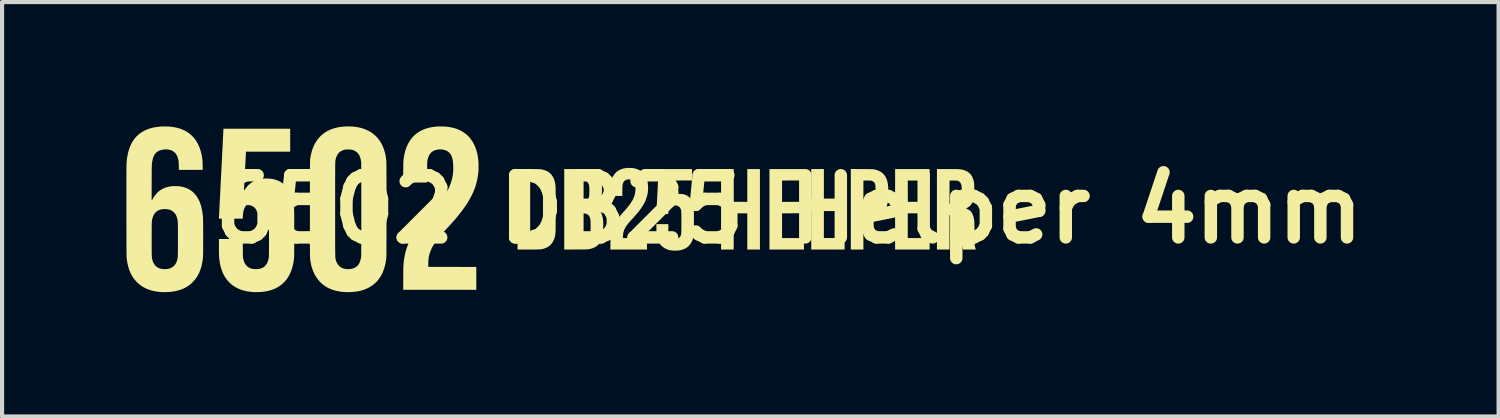
<source format=kicad_pcb>
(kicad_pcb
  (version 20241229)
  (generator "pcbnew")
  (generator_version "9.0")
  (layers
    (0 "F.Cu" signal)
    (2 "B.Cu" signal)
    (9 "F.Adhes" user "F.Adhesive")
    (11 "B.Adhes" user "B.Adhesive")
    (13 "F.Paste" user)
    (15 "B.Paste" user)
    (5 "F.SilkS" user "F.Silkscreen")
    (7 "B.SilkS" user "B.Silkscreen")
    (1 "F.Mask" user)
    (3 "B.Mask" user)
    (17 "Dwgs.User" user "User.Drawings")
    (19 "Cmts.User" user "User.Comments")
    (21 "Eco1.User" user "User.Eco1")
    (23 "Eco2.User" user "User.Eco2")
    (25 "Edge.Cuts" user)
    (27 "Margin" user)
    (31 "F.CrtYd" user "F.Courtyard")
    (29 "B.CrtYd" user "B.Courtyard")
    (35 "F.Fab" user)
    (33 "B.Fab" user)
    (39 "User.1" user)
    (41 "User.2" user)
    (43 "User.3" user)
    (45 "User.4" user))
  (footprint "6502 DB25 Helper 4mm"
    (layer "F.Cu")
    (at 15.989 2)
    (property "Reference" "6502 DB25 Helper 4mm" (at 0 0 0) (layer "F.SilkS") (effects (font (size 1.5 1.5) (thickness 0.3))))
    (attr board_only exclude_from_pos_files exclude_from_bom)
    (fp_poly (pts (xy 0.841 -0.139) (xy 0.841 0.694) (xy 1.091 0.694) (xy 1.342 0.694) (xy 1.342 0.833) (xy 1.342 0.971) (xy 0.939 0.971) (xy 0.536 0.971) (xy 0.536 -0.000001) (xy 0.536 -0.971) (xy 0.689 -0.971) (xy 0.841 -0.971)) (stroke (width 0) (type solid)) (fill yes) (layer "F.SilkS"))
    (fp_poly (pts (xy -1.334 -0.576) (xy -1.333 -0.181) (xy -1.17 -0.18) (xy -1.007 -0.179) (xy -1.007 -0.575) (xy -1.007 -0.971) (xy -0.855 -0.971) (xy -0.702 -0.971) (xy -0.702 -0.000001) (xy -0.702 0.971) (xy -0.855 0.971) (xy -1.007 0.971) (xy -1.007 0.535) (xy -1.007 0.098) (xy -1.171 0.098) (xy -1.335 0.098) (xy -1.335 0.535) (xy -1.335 0.971) (xy -1.487 0.971) (xy -1.64 0.971) (xy -1.64 -0.000001) (xy -1.64 -0.971) (xy -1.487 -0.971) (xy -1.335 -0.971)) (stroke (width 0) (type solid)) (fill yes) (layer "F.SilkS"))
    (fp_poly (pts (xy 0.36 -0.833) (xy 0.359 -0.695) (xy 0.096 -0.695) (xy -0.168 -0.694) (xy -0.168 -0.437) (xy -0.168 -0.179) (xy 0.042 -0.179) (xy 0.252 -0.179) (xy 0.251 -0.041) (xy 0.25 0.096) (xy 0.041 0.097) (xy -0.168 0.098) (xy -0.168 0.396) (xy -0.168 0.694) (xy 0.096 0.695) (xy 0.359 0.695) (xy 0.36 0.833) (xy 0.361 0.971) (xy -0.056 0.971) (xy -0.472 0.971) (xy -0.472 -0.000001) (xy -0.472 -0.971) (xy -0.056 -0.971) (xy 0.361 -0.971)) (stroke (width 0) (type solid)) (fill yes) (layer "F.SilkS"))
    (fp_poly (pts (xy 3.393 -0.833) (xy 3.393 -0.694) (xy 3.129 -0.694) (xy 2.865 -0.694) (xy 2.866 -0.437) (xy 2.867 -0.181) (xy 3.076 -0.18) (xy 3.285 -0.179) (xy 3.285 -0.041) (xy 3.285 0.098) (xy 3.075 0.098) (xy 2.865 0.098) (xy 2.865 0.396) (xy 2.865 0.694) (xy 3.129 0.694) (xy 3.393 0.694) (xy 3.393 0.833) (xy 3.393 0.971) (xy 2.977 0.971) (xy 2.56 0.971) (xy 2.56 -0.000001) (xy 2.56 -0.971) (xy 2.977 -0.971) (xy 3.393 -0.971)) (stroke (width 0) (type solid)) (fill yes) (layer "F.SilkS"))
    (fp_poly (pts (xy 1.757 -0.97) (xy 1.807 -0.97) (xy 1.851 -0.97) (xy 1.888 -0.97) (xy 1.921 -0.969) (xy 1.948 -0.969) (xy 1.971 -0.969) (xy 1.99 -0.968) (xy 2.006 -0.968) (xy 2.019 -0.967) (xy 2.03 -0.966) (xy 2.038 -0.966) (xy 2.045 -0.965) (xy 2.052 -0.964) (xy 2.053 -0.963) (xy 2.106 -0.951) (xy 2.154 -0.934) (xy 2.196 -0.914) (xy 2.234 -0.89) (xy 2.268 -0.861) (xy 2.298 -0.828) (xy 2.316 -0.804) (xy 2.339 -0.764) (xy 2.358 -0.721) (xy 2.372 -0.674) (xy 2.383 -0.622) (xy 2.39 -0.564) (xy 2.391 -0.557) (xy 2.392 -0.54) (xy 2.393 -0.517) (xy 2.393 -0.49) (xy 2.394 -0.46) (xy 2.394 -0.427) (xy 2.394 -0.394) (xy 2.394 -0.36) (xy 2.394 -0.328) (xy 2.393 -0.298) (xy 2.393 -0.271) (xy 2.392 -0.249) (xy 2.391 -0.232) (xy 2.391 -0.232) (xy 2.383 -0.171) (xy 2.371 -0.115) (xy 2.355 -0.063) (xy 2.334 -0.017) (xy 2.308 0.024) (xy 2.278 0.06) (xy 2.243 0.092) (xy 2.204 0.118) (xy 2.159 0.14) (xy 2.152 0.143) (xy 2.126 0.153) (xy 2.101 0.161) (xy 2.074 0.167) (xy 2.046 0.172) (xy 2.014 0.175) (xy 1.979 0.178) (xy 1.939 0.179) (xy 1.893 0.179) (xy 1.795 0.179) (xy 1.795 0.575) (xy 1.795 0.971) (xy 1.643 0.971) (xy 1.491 0.971) (xy 1.491 -0.000171) (xy 1.491 -0.396) (xy 1.795 -0.396) (xy 1.795 -0.098) (xy 1.882 -0.098) (xy 1.911 -0.098) (xy 1.934 -0.099) (xy 1.953 -0.099) (xy 1.967 -0.1) (xy 1.978 -0.101) (xy 1.987 -0.103) (xy 1.99 -0.104) (xy 2.017 -0.114) (xy 2.04 -0.129) (xy 2.059 -0.149) (xy 2.073 -0.173) (xy 2.078 -0.189) (xy 2.081 -0.2) (xy 2.084 -0.212) (xy 2.085 -0.227) (xy 2.087 -0.244) (xy 2.088 -0.264) (xy 2.089 -0.288) (xy 2.089 -0.317) (xy 2.089 -0.351) (xy 2.089 -0.391) (xy 2.089 -0.418) (xy 2.089 -0.455) (xy 2.088 -0.486) (xy 2.088 -0.511) (xy 2.087 -0.531) (xy 2.087 -0.548) (xy 2.086 -0.561) (xy 2.085 -0.571) (xy 2.084 -0.58) (xy 2.082 -0.587) (xy 2.081 -0.591) (xy 2.072 -0.62) (xy 2.059 -0.644) (xy 2.042 -0.662) (xy 2.021 -0.676) (xy 2.01 -0.681) (xy 2 -0.685) (xy 1.99 -0.688) (xy 1.978 -0.69) (xy 1.963 -0.692) (xy 1.946 -0.693) (xy 1.924 -0.694) (xy 1.896 -0.694) (xy 1.883 -0.694) (xy 1.795 -0.694) (xy 1.795 -0.396) (xy 1.491 -0.396) (xy 1.491 -0.972)) (stroke (width 0) (type solid)) (fill yes) (layer "F.SilkS"))
    (fp_poly (pts (xy -3.828 -0.997) (xy -3.8 -0.996) (xy -3.774 -0.994) (xy -3.752 -0.992) (xy -3.743 -0.99) (xy -3.69 -0.977) (xy -3.64 -0.959) (xy -3.595 -0.936) (xy -3.555 -0.908) (xy -3.519 -0.875) (xy -3.487 -0.837) (xy -3.46 -0.794) (xy -3.454 -0.783) (xy -3.435 -0.738) (xy -3.42 -0.689) (xy -3.409 -0.636) (xy -3.403 -0.58) (xy -3.4 -0.523) (xy -3.402 -0.464) (xy -3.408 -0.406) (xy -3.418 -0.349) (xy -3.427 -0.314) (xy -3.446 -0.255) (xy -3.469 -0.196) (xy -3.498 -0.138) (xy -3.533 -0.079) (xy -3.573 -0.019) (xy -3.591 0.006) (xy -3.61 0.031) (xy -3.63 0.057) (xy -3.652 0.084) (xy -3.677 0.113) (xy -3.705 0.145) (xy -3.736 0.18) (xy -3.771 0.219) (xy -3.789 0.239) (xy -3.827 0.281) (xy -3.86 0.319) (xy -3.889 0.354) (xy -3.913 0.387) (xy -3.934 0.417) (xy -3.951 0.446) (xy -3.966 0.473) (xy -3.978 0.5) (xy -3.988 0.528) (xy -3.995 0.555) (xy -3.995 0.556) (xy -3.999 0.572) (xy -4.002 0.593) (xy -4.005 0.617) (xy -4.007 0.641) (xy -4.008 0.664) (xy -4.009 0.679) (xy -4.009 0.694) (xy -3.718 0.694) (xy -3.427 0.694) (xy -3.427 0.833) (xy -3.427 0.971) (xy -3.869 0.971) (xy -4.311 0.971) (xy -4.309 0.823) (xy -4.308 0.78) (xy -4.308 0.743) (xy -4.307 0.711) (xy -4.306 0.685) (xy -4.305 0.663) (xy -4.303 0.645) (xy -4.302 0.633) (xy -4.295 0.585) (xy -4.286 0.54) (xy -4.276 0.498) (xy -4.263 0.457) (xy -4.248 0.417) (xy -4.229 0.377) (xy -4.208 0.338) (xy -4.183 0.298) (xy -4.154 0.256) (xy -4.122 0.213) (xy -4.084 0.167) (xy -4.042 0.118) (xy -4.002 0.072) (xy -3.957 0.022) (xy -3.917 -0.024) (xy -3.881 -0.067) (xy -3.85 -0.107) (xy -3.823 -0.145) (xy -3.8 -0.18) (xy -3.779 -0.214) (xy -3.762 -0.248) (xy -3.747 -0.281) (xy -3.735 -0.314) (xy -3.725 -0.347) (xy -3.723 -0.356) (xy -3.714 -0.396) (xy -3.708 -0.439) (xy -3.705 -0.483) (xy -3.705 -0.526) (xy -3.708 -0.567) (xy -3.714 -0.604) (xy -3.718 -0.621) (xy -3.729 -0.65) (xy -3.745 -0.674) (xy -3.766 -0.693) (xy -3.791 -0.708) (xy -3.82 -0.717) (xy -3.852 -0.721) (xy -3.889 -0.72) (xy -3.89 -0.72) (xy -3.921 -0.714) (xy -3.947 -0.702) (xy -3.97 -0.685) (xy -3.989 -0.664) (xy -3.997 -0.649) (xy -4.002 -0.637) (xy -4.007 -0.627) (xy -4.01 -0.616) (xy -4.013 -0.604) (xy -4.016 -0.591) (xy -4.017 -0.576) (xy -4.019 -0.557) (xy -4.02 -0.534) (xy -4.02 -0.506) (xy -4.021 -0.473) (xy -4.021 -0.449) (xy -4.023 -0.321) (xy -4.166 -0.322) (xy -4.308 -0.323) (xy -4.309 -0.41) (xy -4.309 -0.469) (xy -4.308 -0.523) (xy -4.305 -0.572) (xy -4.301 -0.616) (xy -4.295 -0.655) (xy -4.287 -0.692) (xy -4.278 -0.725) (xy -4.266 -0.756) (xy -4.252 -0.786) (xy -4.251 -0.788) (xy -4.225 -0.831) (xy -4.195 -0.87) (xy -4.16 -0.903) (xy -4.121 -0.932) (xy -4.078 -0.955) (xy -4.03 -0.974) (xy -3.978 -0.987) (xy -3.93 -0.995) (xy -3.91 -0.997) (xy -3.885 -0.998) (xy -3.857 -0.998)) (stroke (width 0) (type solid)) (fill yes) (layer "F.SilkS"))
    (fp_poly (pts (xy -6.243 -0.971) (xy -6.197 -0.971) (xy -6.157 -0.971) (xy -6.121 -0.971) (xy -6.091 -0.97) (xy -6.064 -0.97) (xy -6.041 -0.969) (xy -6.022 -0.968) (xy -6.004 -0.967) (xy -5.989 -0.965) (xy -5.975 -0.963) (xy -5.962 -0.961) (xy -5.95 -0.958) (xy -5.938 -0.956) (xy -5.926 -0.953) (xy -5.877 -0.937) (xy -5.832 -0.916) (xy -5.792 -0.891) (xy -5.756 -0.86) (xy -5.725 -0.824) (xy -5.698 -0.784) (xy -5.688 -0.766) (xy -5.671 -0.728) (xy -5.657 -0.688) (xy -5.647 -0.646) (xy -5.639 -0.599) (xy -5.634 -0.548) (xy -5.633 -0.54) (xy -5.633 -0.528) (xy -5.633 -0.51) (xy -5.632 -0.486) (xy -5.632 -0.457) (xy -5.631 -0.423) (xy -5.631 -0.385) (xy -5.631 -0.343) (xy -5.631 -0.298) (xy -5.63 -0.25) (xy -5.63 -0.2) (xy -5.63 -0.147) (xy -5.63 -0.094) (xy -5.63 -0.039) (xy -5.63 0.016) (xy -5.63 0.07) (xy -5.63 0.124) (xy -5.63 0.177) (xy -5.63 0.228) (xy -5.631 0.278) (xy -5.631 0.324) (xy -5.631 0.368) (xy -5.631 0.407) (xy -5.632 0.443) (xy -5.632 0.474) (xy -5.632 0.5) (xy -5.633 0.521) (xy -5.633 0.536) (xy -5.633 0.54) (xy -5.638 0.592) (xy -5.645 0.639) (xy -5.655 0.682) (xy -5.669 0.722) (xy -5.686 0.76) (xy -5.688 0.766) (xy -5.714 0.809) (xy -5.743 0.846) (xy -5.777 0.879) (xy -5.816 0.907) (xy -5.859 0.929) (xy -5.907 0.947) (xy -5.946 0.958) (xy -5.958 0.96) (xy -5.969 0.962) (xy -5.981 0.964) (xy -5.994 0.966) (xy -6.009 0.967) (xy -6.026 0.968) (xy -6.045 0.969) (xy -6.068 0.97) (xy -6.094 0.97) (xy -6.124 0.971) (xy -6.159 0.971) (xy -6.2 0.971) (xy -6.246 0.971) (xy -6.296 0.971) (xy -6.551 0.971) (xy -6.551 -0.000001) (xy -6.246 -0.000001) (xy -6.246 0.694) (xy -6.154 0.694) (xy -6.123 0.694) (xy -6.097 0.693) (xy -6.078 0.693) (xy -6.062 0.692) (xy -6.051 0.69) (xy -6.044 0.689) (xy -6.016 0.679) (xy -5.992 0.664) (xy -5.973 0.645) (xy -5.958 0.62) (xy -5.946 0.59) (xy -5.942 0.575) (xy -5.941 0.571) (xy -5.941 0.567) (xy -5.94 0.561) (xy -5.939 0.555) (xy -5.939 0.547) (xy -5.938 0.537) (xy -5.938 0.524) (xy -5.938 0.509) (xy -5.937 0.491) (xy -5.937 0.47) (xy -5.937 0.446) (xy -5.937 0.417) (xy -5.937 0.385) (xy -5.937 0.348) (xy -5.936 0.306) (xy -5.936 0.259) (xy -5.936 0.206) (xy -5.936 0.148) (xy -5.936 0.083) (xy -5.936 0.013) (xy -5.936 -0.000001) (xy -5.936 -0.072) (xy -5.936 -0.137) (xy -5.936 -0.197) (xy -5.936 -0.25) (xy -5.936 -0.298) (xy -5.936 -0.341) (xy -5.937 -0.379) (xy -5.937 -0.412) (xy -5.937 -0.441) (xy -5.937 -0.466) (xy -5.937 -0.488) (xy -5.938 -0.506) (xy -5.938 -0.522) (xy -5.938 -0.535) (xy -5.939 -0.545) (xy -5.939 -0.554) (xy -5.94 -0.56) (xy -5.94 -0.566) (xy -5.941 -0.57) (xy -5.942 -0.574) (xy -5.942 -0.575) (xy -5.952 -0.607) (xy -5.966 -0.634) (xy -5.983 -0.656) (xy -6.004 -0.673) (xy -6.03 -0.685) (xy -6.044 -0.689) (xy -6.052 -0.691) (xy -6.063 -0.692) (xy -6.078 -0.693) (xy -6.098 -0.693) (xy -6.124 -0.694) (xy -6.154 -0.694) (xy -6.246 -0.694) (xy -6.246 -0.000001) (xy -6.551 -0.000001) (xy -6.551 -0.971) (xy -6.296 -0.971)) (stroke (width 0) (type solid)) (fill yes) (layer "F.SilkS"))
    (fp_poly (pts (xy 3.874 -0.971) (xy 3.923 -0.971) (xy 3.965 -0.971) (xy 4.003 -0.97) (xy 4.036 -0.97) (xy 4.064 -0.969) (xy 4.089 -0.968) (xy 4.111 -0.966) (xy 4.131 -0.964) (xy 4.148 -0.962) (xy 4.164 -0.96) (xy 4.179 -0.956) (xy 4.194 -0.953) (xy 4.208 -0.949) (xy 4.223 -0.944) (xy 4.227 -0.943) (xy 4.272 -0.925) (xy 4.311 -0.904) (xy 4.346 -0.879) (xy 4.376 -0.85) (xy 4.402 -0.816) (xy 4.424 -0.777) (xy 4.442 -0.733) (xy 4.456 -0.684) (xy 4.465 -0.645) (xy 4.466 -0.631) (xy 4.468 -0.611) (xy 4.469 -0.587) (xy 4.47 -0.558) (xy 4.471 -0.527) (xy 4.471 -0.494) (xy 4.471 -0.461) (xy 4.471 -0.427) (xy 4.471 -0.395) (xy 4.47 -0.365) (xy 4.469 -0.338) (xy 4.468 -0.316) (xy 4.466 -0.298) (xy 4.465 -0.291) (xy 4.455 -0.244) (xy 4.442 -0.202) (xy 4.425 -0.164) (xy 4.403 -0.126) (xy 4.377 -0.093) (xy 4.347 -0.065) (xy 4.312 -0.042) (xy 4.301 -0.036) (xy 4.289 -0.03) (xy 4.28 -0.024) (xy 4.274 -0.02) (xy 4.274 -0.019) (xy 4.277 -0.017) (xy 4.285 -0.013) (xy 4.296 -0.008) (xy 4.299 -0.007) (xy 4.332 0.009) (xy 4.361 0.029) (xy 4.387 0.053) (xy 4.409 0.081) (xy 4.427 0.115) (xy 4.443 0.153) (xy 4.455 0.198) (xy 4.465 0.248) (xy 4.468 0.263) (xy 4.469 0.271) (xy 4.47 0.28) (xy 4.471 0.292) (xy 4.471 0.306) (xy 4.472 0.323) (xy 4.473 0.344) (xy 4.473 0.368) (xy 4.474 0.397) (xy 4.474 0.431) (xy 4.475 0.47) (xy 4.475 0.515) (xy 4.476 0.566) (xy 4.476 0.577) (xy 4.476 0.635) (xy 4.477 0.686) (xy 4.478 0.732) (xy 4.478 0.772) (xy 4.479 0.806) (xy 4.48 0.834) (xy 4.481 0.855) (xy 4.482 0.87) (xy 4.482 0.878) (xy 4.488 0.906) (xy 4.495 0.932) (xy 4.502 0.954) (xy 4.503 0.957) (xy 4.509 0.971) (xy 4.354 0.971) (xy 4.199 0.971) (xy 4.192 0.948) (xy 4.189 0.936) (xy 4.185 0.923) (xy 4.183 0.91) (xy 4.18 0.897) (xy 4.178 0.882) (xy 4.177 0.865) (xy 4.175 0.845) (xy 4.174 0.823) (xy 4.173 0.797) (xy 4.172 0.767) (xy 4.172 0.733) (xy 4.172 0.694) (xy 4.171 0.649) (xy 4.171 0.599) (xy 4.171 0.574) (xy 4.171 0.533) (xy 4.171 0.494) (xy 4.171 0.457) (xy 4.17 0.423) (xy 4.17 0.392) (xy 4.17 0.365) (xy 4.169 0.342) (xy 4.169 0.325) (xy 4.168 0.314) (xy 4.168 0.311) (xy 4.162 0.274) (xy 4.154 0.243) (xy 4.143 0.216) (xy 4.129 0.194) (xy 4.116 0.181) (xy 4.102 0.169) (xy 4.087 0.16) (xy 4.07 0.152) (xy 4.051 0.147) (xy 4.027 0.143) (xy 3.999 0.14) (xy 3.966 0.139) (xy 3.942 0.139) (xy 3.873 0.139) (xy 3.873 0.555) (xy 3.873 0.971) (xy 3.721 0.971) (xy 3.569 0.971) (xy 3.569 -0.000001) (xy 3.569 -0.417) (xy 3.873 -0.417) (xy 3.873 -0.139) (xy 3.942 -0.139) (xy 3.971 -0.139) (xy 3.996 -0.14) (xy 4.017 -0.141) (xy 4.033 -0.143) (xy 4.036 -0.144) (xy 4.068 -0.152) (xy 4.096 -0.166) (xy 4.119 -0.184) (xy 4.138 -0.207) (xy 4.152 -0.235) (xy 4.161 -0.268) (xy 4.163 -0.275) (xy 4.164 -0.289) (xy 4.166 -0.309) (xy 4.167 -0.333) (xy 4.168 -0.36) (xy 4.168 -0.39) (xy 4.168 -0.421) (xy 4.168 -0.452) (xy 4.168 -0.481) (xy 4.167 -0.509) (xy 4.166 -0.533) (xy 4.164 -0.553) (xy 4.163 -0.567) (xy 4.154 -0.6) (xy 4.142 -0.629) (xy 4.125 -0.653) (xy 4.104 -0.671) (xy 4.081 -0.684) (xy 4.075 -0.687) (xy 4.068 -0.688) (xy 4.062 -0.69) (xy 4.053 -0.691) (xy 4.041 -0.692) (xy 4.027 -0.692) (xy 4.007 -0.693) (xy 3.982 -0.693) (xy 3.967 -0.693) (xy 3.873 -0.694) (xy 3.873 -0.417) (xy 3.569 -0.417) (xy 3.569 -0.971) (xy 3.819 -0.971)) (stroke (width 0) (type solid)) (fill yes) (layer "F.SilkS"))
    (fp_poly (pts (xy -5.115 -0.971) (xy -5.066 -0.971) (xy -5.023 -0.971) (xy -4.985 -0.97) (xy -4.952 -0.97) (xy -4.923 -0.969) (xy -4.898 -0.968) (xy -4.876 -0.966) (xy -4.856 -0.965) (xy -4.839 -0.962) (xy -4.823 -0.96) (xy -4.808 -0.957) (xy -4.794 -0.953) (xy -4.779 -0.949) (xy -4.764 -0.944) (xy -4.758 -0.943) (xy -4.724 -0.93) (xy -4.695 -0.917) (xy -4.669 -0.901) (xy -4.644 -0.882) (xy -4.627 -0.867) (xy -4.598 -0.835) (xy -4.574 -0.799) (xy -4.554 -0.759) (xy -4.538 -0.713) (xy -4.525 -0.662) (xy -4.523 -0.65) (xy -4.52 -0.636) (xy -4.518 -0.621) (xy -4.517 -0.604) (xy -4.516 -0.585) (xy -4.515 -0.562) (xy -4.514 -0.534) (xy -4.514 -0.517) (xy -4.514 -0.466) (xy -4.514 -0.421) (xy -4.516 -0.38) (xy -4.52 -0.344) (xy -4.525 -0.311) (xy -4.532 -0.282) (xy -4.54 -0.254) (xy -4.55 -0.227) (xy -4.561 -0.206) (xy -4.581 -0.171) (xy -4.607 -0.139) (xy -4.636 -0.111) (xy -4.668 -0.088) (xy -4.695 -0.074) (xy -4.703 -0.069) (xy -4.708 -0.065) (xy -4.709 -0.064) (xy -4.705 -0.061) (xy -4.697 -0.057) (xy -4.686 -0.051) (xy -4.682 -0.05) (xy -4.642 -0.029) (xy -4.607 -0.003) (xy -4.576 0.027) (xy -4.549 0.063) (xy -4.527 0.104) (xy -4.51 0.149) (xy -4.496 0.2) (xy -4.488 0.254) (xy -4.486 0.269) (xy -4.485 0.289) (xy -4.484 0.314) (xy -4.484 0.343) (xy -4.483 0.375) (xy -4.483 0.407) (xy -4.483 0.44) (xy -4.483 0.473) (xy -4.483 0.504) (xy -4.483 0.532) (xy -4.484 0.556) (xy -4.485 0.576) (xy -4.486 0.587) (xy -4.495 0.645) (xy -4.509 0.697) (xy -4.527 0.745) (xy -4.549 0.788) (xy -4.569 0.817) (xy -4.6 0.853) (xy -4.635 0.884) (xy -4.675 0.91) (xy -4.72 0.932) (xy -4.771 0.949) (xy -4.823 0.962) (xy -4.83 0.963) (xy -4.836 0.964) (xy -4.844 0.965) (xy -4.852 0.966) (xy -4.861 0.967) (xy -4.872 0.968) (xy -4.886 0.968) (xy -4.902 0.968) (xy -4.922 0.969) (xy -4.946 0.969) (xy -4.973 0.969) (xy -5.006 0.97) (xy -5.044 0.97) (xy -5.087 0.97) (xy -5.137 0.97) (xy -5.142 0.97) (xy -5.424 0.972) (xy -5.424 0.396) (xy -5.119 0.396) (xy -5.119 0.694) (xy -5.015 0.694) (xy -4.984 0.694) (xy -4.959 0.694) (xy -4.939 0.693) (xy -4.923 0.692) (xy -4.91 0.692) (xy -4.901 0.69) (xy -4.893 0.689) (xy -4.891 0.688) (xy -4.864 0.679) (xy -4.841 0.666) (xy -4.823 0.648) (xy -4.809 0.626) (xy -4.799 0.598) (xy -4.794 0.578) (xy -4.792 0.569) (xy -4.791 0.56) (xy -4.79 0.55) (xy -4.789 0.538) (xy -4.788 0.524) (xy -4.788 0.506) (xy -4.788 0.483) (xy -4.787 0.456) (xy -4.787 0.423) (xy -4.787 0.416) (xy -4.787 0.376) (xy -4.788 0.342) (xy -4.788 0.313) (xy -4.789 0.288) (xy -4.791 0.268) (xy -4.793 0.25) (xy -4.795 0.235) (xy -4.798 0.221) (xy -4.802 0.208) (xy -4.804 0.202) (xy -4.817 0.172) (xy -4.834 0.148) (xy -4.855 0.129) (xy -4.881 0.115) (xy -4.913 0.104) (xy -4.919 0.103) (xy -4.93 0.101) (xy -4.946 0.1) (xy -4.967 0.099) (xy -4.993 0.098) (xy -5.025 0.098) (xy -5.03 0.098) (xy -5.119 0.098) (xy -5.119 0.396) (xy -5.424 0.396) (xy -5.424 0.000161) (xy -5.424 -0.436) (xy -5.119 -0.436) (xy -5.119 -0.178) (xy -5.037 -0.18) (xy -5.007 -0.181) (xy -4.983 -0.182) (xy -4.965 -0.183) (xy -4.95 -0.185) (xy -4.939 -0.187) (xy -4.935 -0.188) (xy -4.904 -0.199) (xy -4.879 -0.214) (xy -4.858 -0.233) (xy -4.842 -0.258) (xy -4.83 -0.288) (xy -4.828 -0.292) (xy -4.826 -0.3) (xy -4.824 -0.308) (xy -4.823 -0.316) (xy -4.821 -0.325) (xy -4.821 -0.337) (xy -4.82 -0.352) (xy -4.819 -0.37) (xy -4.819 -0.394) (xy -4.818 -0.423) (xy -4.818 -0.46) (xy -4.818 -0.491) (xy -4.819 -0.517) (xy -4.82 -0.539) (xy -4.822 -0.557) (xy -4.824 -0.573) (xy -4.827 -0.587) (xy -4.831 -0.601) (xy -4.832 -0.602) (xy -4.845 -0.631) (xy -4.862 -0.654) (xy -4.883 -0.673) (xy -4.905 -0.684) (xy -4.911 -0.687) (xy -4.917 -0.688) (xy -4.924 -0.69) (xy -4.932 -0.691) (xy -4.944 -0.691) (xy -4.958 -0.692) (xy -4.977 -0.692) (xy -5.002 -0.693) (xy -5.022 -0.693) (xy -5.119 -0.694) (xy -5.119 -0.436) (xy -5.424 -0.436) (xy -5.424 -0.971) (xy -5.17 -0.971)) (stroke (width 0) (type solid)) (fill yes) (layer "F.SilkS"))
    (fp_poly (pts (xy -8.366 -1.998) (xy -8.336 -1.997) (xy -8.309 -1.997) (xy -8.286 -1.995) (xy -8.27 -1.994) (xy -8.19 -1.983) (xy -8.115 -1.968) (xy -8.044 -1.948) (xy -7.979 -1.924) (xy -7.917 -1.895) (xy -7.86 -1.862) (xy -7.806 -1.823) (xy -7.798 -1.817) (xy -7.785 -1.806) (xy -7.77 -1.792) (xy -7.753 -1.776) (xy -7.737 -1.76) (xy -7.733 -1.756) (xy -7.687 -1.704) (xy -7.646 -1.646) (xy -7.61 -1.584) (xy -7.578 -1.518) (xy -7.551 -1.446) (xy -7.529 -1.37) (xy -7.512 -1.289) (xy -7.5 -1.204) (xy -7.495 -1.151) (xy -7.493 -1.122) (xy -7.492 -1.088) (xy -7.492 -1.052) (xy -7.492 -1.014) (xy -7.492 -0.977) (xy -7.493 -0.942) (xy -7.495 -0.911) (xy -7.497 -0.892) (xy -7.507 -0.809) (xy -7.521 -0.728) (xy -7.539 -0.649) (xy -7.561 -0.57) (xy -7.588 -0.491) (xy -7.62 -0.413) (xy -7.657 -0.335) (xy -7.699 -0.256) (xy -7.746 -0.176) (xy -7.798 -0.095) (xy -7.856 -0.012) (xy -7.92 0.073) (xy -7.989 0.16) (xy -8.016 0.193) (xy -8.042 0.224) (xy -8.068 0.254) (xy -8.094 0.284) (xy -8.121 0.314) (xy -8.15 0.347) (xy -8.182 0.381) (xy -8.217 0.42) (xy -8.236 0.44) (xy -8.293 0.502) (xy -8.345 0.56) (xy -8.392 0.614) (xy -8.435 0.665) (xy -8.473 0.713) (xy -8.508 0.759) (xy -8.539 0.802) (xy -8.566 0.843) (xy -8.591 0.883) (xy -8.612 0.922) (xy -8.631 0.96) (xy -8.647 0.998) (xy -8.661 1.036) (xy -8.673 1.074) (xy -8.681 1.102) (xy -8.689 1.138) (xy -8.696 1.174) (xy -8.7 1.212) (xy -8.703 1.252) (xy -8.704 1.297) (xy -8.704 1.31) (xy -8.705 1.389) (xy -8.125 1.39) (xy -7.546 1.391) (xy -7.546 1.667) (xy -7.546 1.943) (xy -8.427 1.943) (xy -9.309 1.943) (xy -9.309 1.683) (xy -9.309 1.64) (xy -9.309 1.598) (xy -9.308 1.558) (xy -9.308 1.52) (xy -9.308 1.484) (xy -9.307 1.453) (xy -9.307 1.425) (xy -9.306 1.402) (xy -9.306 1.385) (xy -9.305 1.374) (xy -9.297 1.277) (xy -9.285 1.185) (xy -9.269 1.097) (xy -9.249 1.013) (xy -9.224 0.933) (xy -9.195 0.854) (xy -9.161 0.777) (xy -9.122 0.7) (xy -9.077 0.624) (xy -9.026 0.546) (xy -8.972 0.47) (xy -8.945 0.435) (xy -8.918 0.401) (xy -8.89 0.366) (xy -8.861 0.331) (xy -8.829 0.294) (xy -8.795 0.254) (xy -8.757 0.212) (xy -8.715 0.166) (xy -8.705 0.156) (xy -8.638 0.082) (xy -8.576 0.012) (xy -8.518 -0.054) (xy -8.466 -0.118) (xy -8.418 -0.178) (xy -8.375 -0.236) (xy -8.335 -0.292) (xy -8.3 -0.347) (xy -8.268 -0.399) (xy -8.239 -0.451) (xy -8.214 -0.502) (xy -8.191 -0.553) (xy -8.172 -0.603) (xy -8.157 -0.645) (xy -8.137 -0.712) (xy -8.122 -0.777) (xy -8.111 -0.842) (xy -8.104 -0.909) (xy -8.101 -0.978) (xy -8.102 -1.036) (xy -8.104 -1.09) (xy -8.108 -1.138) (xy -8.114 -1.181) (xy -8.122 -1.219) (xy -8.132 -1.254) (xy -8.144 -1.286) (xy -8.157 -1.312) (xy -8.174 -1.338) (xy -8.197 -1.363) (xy -8.222 -1.386) (xy -8.249 -1.405) (xy -8.277 -1.419) (xy -8.283 -1.421) (xy -8.324 -1.434) (xy -8.368 -1.442) (xy -8.413 -1.445) (xy -8.457 -1.443) (xy -8.501 -1.436) (xy -8.541 -1.425) (xy -8.572 -1.413) (xy -8.606 -1.393) (xy -8.635 -1.369) (xy -8.661 -1.339) (xy -8.683 -1.305) (xy -8.701 -1.265) (xy -8.716 -1.219) (xy -8.724 -1.184) (xy -8.725 -1.177) (xy -8.727 -1.17) (xy -8.728 -1.163) (xy -8.728 -1.154) (xy -8.729 -1.144) (xy -8.73 -1.132) (xy -8.73 -1.117) (xy -8.731 -1.1) (xy -8.731 -1.078) (xy -8.731 -1.053) (xy -8.732 -1.022) (xy -8.732 -0.987) (xy -8.732 -0.945) (xy -8.732 -0.898) (xy -8.732 -0.898) (xy -8.734 -0.646) (xy -9.021 -0.646) (xy -9.309 -0.646) (xy -9.309 -0.876) (xy -9.309 -0.927) (xy -9.309 -0.972) (xy -9.308 -1.011) (xy -9.308 -1.045) (xy -9.308 -1.076) (xy -9.307 -1.102) (xy -9.306 -1.126) (xy -9.305 -1.148) (xy -9.304 -1.168) (xy -9.302 -1.187) (xy -9.3 -1.205) (xy -9.298 -1.224) (xy -9.295 -1.244) (xy -9.281 -1.325) (xy -9.262 -1.403) (xy -9.239 -1.476) (xy -9.21 -1.545) (xy -9.176 -1.61) (xy -9.138 -1.67) (xy -9.095 -1.726) (xy -9.048 -1.776) (xy -8.995 -1.822) (xy -8.943 -1.86) (xy -8.886 -1.893) (xy -8.825 -1.923) (xy -8.759 -1.947) (xy -8.688 -1.967) (xy -8.613 -1.983) (xy -8.532 -1.994) (xy -8.53 -1.994) (xy -8.512 -1.996) (xy -8.488 -1.997) (xy -8.46 -1.997) (xy -8.43 -1.998) (xy -8.398 -1.998)) (stroke (width 0) (type solid)) (fill yes) (layer "F.SilkS"))
    (fp_poly (pts (xy -2.341 -0.833) (xy -2.342 -0.695) (xy -2.609 -0.695) (xy -2.659 -0.694) (xy -2.704 -0.694) (xy -2.742 -0.694) (xy -2.774 -0.694) (xy -2.802 -0.693) (xy -2.824 -0.693) (xy -2.842 -0.693) (xy -2.855 -0.692) (xy -2.865 -0.691) (xy -2.871 -0.691) (xy -2.875 -0.69) (xy -2.875 -0.69) (xy -2.875 -0.686) (xy -2.876 -0.675) (xy -2.877 -0.66) (xy -2.878 -0.639) (xy -2.879 -0.613) (xy -2.881 -0.584) (xy -2.882 -0.552) (xy -2.884 -0.517) (xy -2.886 -0.48) (xy -2.887 -0.469) (xy -2.889 -0.423) (xy -2.892 -0.383) (xy -2.893 -0.35) (xy -2.895 -0.321) (xy -2.896 -0.298) (xy -2.897 -0.279) (xy -2.898 -0.263) (xy -2.898 -0.252) (xy -2.898 -0.243) (xy -2.898 -0.237) (xy -2.898 -0.234) (xy -2.898 -0.231) (xy -2.897 -0.23) (xy -2.896 -0.23) (xy -2.896 -0.23) (xy -2.893 -0.233) (xy -2.887 -0.24) (xy -2.881 -0.249) (xy -2.865 -0.268) (xy -2.846 -0.289) (xy -2.825 -0.308) (xy -2.804 -0.324) (xy -2.798 -0.328) (xy -2.761 -0.346) (xy -2.721 -0.36) (xy -2.679 -0.368) (xy -2.635 -0.371) (xy -2.591 -0.369) (xy -2.547 -0.363) (xy -2.505 -0.351) (xy -2.467 -0.334) (xy -2.463 -0.332) (xy -2.43 -0.31) (xy -2.399 -0.282) (xy -2.372 -0.249) (xy -2.349 -0.21) (xy -2.329 -0.167) (xy -2.314 -0.119) (xy -2.309 -0.098) (xy -2.306 -0.087) (xy -2.304 -0.077) (xy -2.302 -0.068) (xy -2.301 -0.058) (xy -2.3 -0.047) (xy -2.298 -0.035) (xy -2.297 -0.022) (xy -2.297 -0.006) (xy -2.296 0.012) (xy -2.296 0.034) (xy -2.295 0.059) (xy -2.295 0.087) (xy -2.295 0.121) (xy -2.295 0.16) (xy -2.295 0.204) (xy -2.295 0.254) (xy -2.295 0.289) (xy -2.295 0.343) (xy -2.295 0.389) (xy -2.295 0.43) (xy -2.295 0.466) (xy -2.295 0.497) (xy -2.295 0.523) (xy -2.295 0.545) (xy -2.296 0.564) (xy -2.296 0.579) (xy -2.297 0.592) (xy -2.297 0.603) (xy -2.298 0.612) (xy -2.299 0.619) (xy -2.3 0.626) (xy -2.301 0.633) (xy -2.301 0.633) (xy -2.313 0.69) (xy -2.33 0.743) (xy -2.352 0.79) (xy -2.377 0.833) (xy -2.407 0.87) (xy -2.419 0.883) (xy -2.438 0.901) (xy -2.455 0.915) (xy -2.472 0.927) (xy -2.491 0.939) (xy -2.503 0.945) (xy -2.549 0.966) (xy -2.599 0.982) (xy -2.627 0.989) (xy -2.642 0.991) (xy -2.657 0.993) (xy -2.674 0.995) (xy -2.694 0.996) (xy -2.718 0.997) (xy -2.735 0.997) (xy -2.757 0.997) (xy -2.777 0.997) (xy -2.795 0.997) (xy -2.808 0.997) (xy -2.817 0.996) (xy -2.818 0.996) (xy -2.875 0.987) (xy -2.928 0.972) (xy -2.976 0.952) (xy -3.019 0.928) (xy -3.058 0.898) (xy -3.093 0.863) (xy -3.122 0.824) (xy -3.147 0.78) (xy -3.168 0.73) (xy -3.184 0.676) (xy -3.19 0.645) (xy -3.192 0.634) (xy -3.194 0.623) (xy -3.195 0.611) (xy -3.196 0.597) (xy -3.197 0.58) (xy -3.198 0.56) (xy -3.198 0.535) (xy -3.199 0.504) (xy -3.199 0.483) (xy -3.201 0.359) (xy -3.056 0.359) (xy -2.912 0.359) (xy -2.912 0.467) (xy -2.912 0.502) (xy -2.912 0.53) (xy -2.911 0.554) (xy -2.91 0.574) (xy -2.908 0.59) (xy -2.906 0.604) (xy -2.903 0.616) (xy -2.899 0.628) (xy -2.894 0.64) (xy -2.892 0.644) (xy -2.877 0.669) (xy -2.858 0.69) (xy -2.834 0.706) (xy -2.806 0.716) (xy -2.782 0.72) (xy -2.744 0.721) (xy -2.71 0.717) (xy -2.681 0.708) (xy -2.656 0.693) (xy -2.636 0.674) (xy -2.62 0.649) (xy -2.608 0.619) (xy -2.603 0.599) (xy -2.602 0.59) (xy -2.601 0.576) (xy -2.6 0.556) (xy -2.599 0.531) (xy -2.598 0.502) (xy -2.598 0.47) (xy -2.598 0.435) (xy -2.597 0.398) (xy -2.597 0.36) (xy -2.597 0.32) (xy -2.597 0.281) (xy -2.597 0.242) (xy -2.597 0.205) (xy -2.598 0.169) (xy -2.598 0.136) (xy -2.599 0.107) (xy -2.599 0.081) (xy -2.6 0.06) (xy -2.601 0.044) (xy -2.602 0.034) (xy -2.602 0.033) (xy -2.611 -0.001) (xy -2.625 -0.029) (xy -2.642 -0.052) (xy -2.664 -0.07) (xy -2.691 -0.083) (xy -2.721 -0.091) (xy -2.727 -0.092) (xy -2.762 -0.094) (xy -2.795 -0.091) (xy -2.824 -0.082) (xy -2.849 -0.068) (xy -2.87 -0.049) (xy -2.887 -0.025) (xy -2.892 -0.015) (xy -2.899 0.002) (xy -2.904 0.018) (xy -2.908 0.036) (xy -2.91 0.056) (xy -2.912 0.076) (xy -2.914 0.113) (xy -3.057 0.114) (xy -3.2 0.115) (xy -3.2 0.1) (xy -3.2 0.095) (xy -3.199 0.084) (xy -3.198 0.067) (xy -3.197 0.044) (xy -3.196 0.017) (xy -3.195 -0.015) (xy -3.193 -0.051) (xy -3.191 -0.091) (xy -3.189 -0.134) (xy -3.186 -0.179) (xy -3.184 -0.226) (xy -3.182 -0.276) (xy -3.179 -0.326) (xy -3.176 -0.378) (xy -3.174 -0.429) (xy -3.171 -0.481) (xy -3.169 -0.532) (xy -3.166 -0.583) (xy -3.164 -0.631) (xy -3.161 -0.678) (xy -3.159 -0.723) (xy -3.157 -0.764) (xy -3.155 -0.803) (xy -3.153 -0.837) (xy -3.151 -0.868) (xy -3.15 -0.894) (xy -3.149 -0.915) (xy -3.148 -0.93) (xy -3.147 -0.939) (xy -3.147 -0.94) (xy -3.145 -0.971) (xy -2.743 -0.971) (xy -2.34 -0.971)) (stroke (width 0) (type solid)) (fill yes) (layer "F.SilkS"))
    (fp_poly (pts (xy -12.037 -1.667) (xy -12.037 -1.391) (xy -12.569 -1.391) (xy -13.102 -1.391) (xy -13.104 -1.363) (xy -13.105 -1.356) (xy -13.105 -1.343) (xy -13.107 -1.324) (xy -13.108 -1.299) (xy -13.11 -1.27) (xy -13.111 -1.236) (xy -13.114 -1.198) (xy -13.116 -1.156) (xy -13.118 -1.111) (xy -13.121 -1.064) (xy -13.123 -1.014) (xy -13.126 -0.962) (xy -13.128 -0.924) (xy -13.131 -0.871) (xy -13.134 -0.82) (xy -13.136 -0.771) (xy -13.139 -0.724) (xy -13.141 -0.68) (xy -13.143 -0.64) (xy -13.145 -0.603) (xy -13.147 -0.57) (xy -13.149 -0.542) (xy -13.15 -0.519) (xy -13.151 -0.502) (xy -13.152 -0.491) (xy -13.152 -0.487) (xy -13.153 -0.473) (xy -13.153 -0.465) (xy -13.152 -0.462) (xy -13.149 -0.46) (xy -13.148 -0.46) (xy -13.143 -0.463) (xy -13.135 -0.472) (xy -13.125 -0.485) (xy -13.123 -0.488) (xy -13.085 -0.539) (xy -13.044 -0.584) (xy -12.998 -0.623) (xy -12.949 -0.657) (xy -12.896 -0.686) (xy -12.839 -0.709) (xy -12.779 -0.726) (xy -12.716 -0.738) (xy -12.65 -0.743) (xy -12.584 -0.743) (xy -12.515 -0.738) (xy -12.45 -0.728) (xy -12.39 -0.712) (xy -12.333 -0.692) (xy -12.28 -0.666) (xy -12.241 -0.642) (xy -12.194 -0.607) (xy -12.152 -0.566) (xy -12.112 -0.52) (xy -12.077 -0.469) (xy -12.046 -0.412) (xy -12.018 -0.351) (xy -11.994 -0.284) (xy -11.975 -0.213) (xy -11.96 -0.137) (xy -11.955 -0.109) (xy -11.953 -0.094) (xy -11.951 -0.081) (xy -11.949 -0.067) (xy -11.948 -0.054) (xy -11.946 -0.04) (xy -11.945 -0.026) (xy -11.944 -0.011) (xy -11.943 0.006) (xy -11.942 0.024) (xy -11.941 0.045) (xy -11.941 0.068) (xy -11.94 0.093) (xy -11.94 0.122) (xy -11.939 0.155) (xy -11.939 0.191) (xy -11.939 0.232) (xy -11.939 0.277) (xy -11.939 0.328) (xy -11.939 0.383) (xy -11.939 0.445) (xy -11.939 0.512) (xy -11.939 0.579) (xy -11.939 0.656) (xy -11.939 0.729) (xy -11.939 0.796) (xy -11.939 0.858) (xy -11.939 0.915) (xy -11.939 0.966) (xy -11.94 1.011) (xy -11.94 1.05) (xy -11.94 1.084) (xy -11.941 1.111) (xy -11.941 1.131) (xy -11.942 1.146) (xy -11.942 1.151) (xy -11.951 1.239) (xy -11.966 1.322) (xy -11.985 1.401) (xy -12.009 1.475) (xy -12.037 1.545) (xy -12.071 1.61) (xy -12.109 1.67) (xy -12.152 1.726) (xy -12.2 1.776) (xy -12.252 1.822) (xy -12.304 1.86) (xy -12.361 1.894) (xy -12.423 1.923) (xy -12.49 1.948) (xy -12.561 1.968) (xy -12.636 1.983) (xy -12.712 1.993) (xy -12.725 1.994) (xy -12.743 1.995) (xy -12.765 1.996) (xy -12.79 1.997) (xy -12.815 1.998) (xy -12.841 1.998) (xy -12.865 1.999) (xy -12.887 1.999) (xy -12.904 1.999) (xy -12.917 1.998) (xy -12.92 1.998) (xy -12.951 1.996) (xy -12.976 1.993) (xy -12.997 1.991) (xy -13.014 1.989) (xy -13.029 1.987) (xy -13.043 1.986) (xy -13.057 1.983) (xy -13.06 1.983) (xy -13.137 1.967) (xy -13.209 1.946) (xy -13.277 1.92) (xy -13.341 1.889) (xy -13.401 1.853) (xy -13.45 1.817) (xy -13.462 1.806) (xy -13.477 1.792) (xy -13.494 1.776) (xy -13.51 1.76) (xy -13.514 1.756) (xy -13.56 1.704) (xy -13.601 1.648) (xy -13.637 1.587) (xy -13.668 1.521) (xy -13.695 1.451) (xy -13.717 1.376) (xy -13.734 1.296) (xy -13.746 1.211) (xy -13.753 1.149) (xy -13.753 1.138) (xy -13.754 1.12) (xy -13.754 1.097) (xy -13.755 1.07) (xy -13.755 1.039) (xy -13.756 1.006) (xy -13.756 0.97) (xy -13.756 0.933) (xy -13.756 0.912) (xy -13.756 0.717) (xy -13.468 0.717) (xy -13.181 0.717) (xy -13.18 0.933) (xy -13.179 0.978) (xy -13.179 1.016) (xy -13.179 1.049) (xy -13.179 1.077) (xy -13.178 1.1) (xy -13.178 1.119) (xy -13.177 1.135) (xy -13.176 1.148) (xy -13.176 1.159) (xy -13.175 1.168) (xy -13.173 1.175) (xy -13.172 1.181) (xy -13.166 1.211) (xy -13.157 1.242) (xy -13.147 1.271) (xy -13.135 1.297) (xy -13.129 1.31) (xy -13.117 1.327) (xy -13.101 1.347) (xy -13.083 1.366) (xy -13.065 1.384) (xy -13.047 1.398) (xy -13.038 1.404) (xy -13.005 1.42) (xy -12.968 1.432) (xy -12.927 1.44) (xy -12.885 1.444) (xy -12.841 1.444) (xy -12.799 1.44) (xy -12.758 1.431) (xy -12.743 1.427) (xy -12.705 1.412) (xy -12.67 1.391) (xy -12.64 1.364) (xy -12.614 1.333) (xy -12.592 1.296) (xy -12.575 1.255) (xy -12.561 1.208) (xy -12.552 1.155) (xy -12.551 1.147) (xy -12.551 1.139) (xy -12.55 1.125) (xy -12.55 1.105) (xy -12.55 1.079) (xy -12.549 1.049) (xy -12.549 1.015) (xy -12.549 0.976) (xy -12.548 0.934) (xy -12.548 0.89) (xy -12.548 0.842) (xy -12.548 0.793) (xy -12.548 0.743) (xy -12.548 0.691) (xy -12.548 0.638) (xy -12.548 0.586) (xy -12.548 0.534) (xy -12.548 0.483) (xy -12.548 0.433) (xy -12.548 0.386) (xy -12.548 0.34) (xy -12.548 0.297) (xy -12.549 0.258) (xy -12.549 0.222) (xy -12.549 0.191) (xy -12.55 0.164) (xy -12.55 0.143) (xy -12.551 0.127) (xy -12.551 0.117) (xy -12.551 0.116) (xy -12.559 0.062) (xy -12.571 0.014) (xy -12.587 -0.029) (xy -12.608 -0.067) (xy -12.633 -0.1) (xy -12.662 -0.127) (xy -12.695 -0.15) (xy -12.733 -0.168) (xy -12.775 -0.18) (xy -12.781 -0.182) (xy -12.805 -0.185) (xy -12.832 -0.187) (xy -12.863 -0.188) (xy -12.893 -0.187) (xy -12.922 -0.185) (xy -12.947 -0.181) (xy -12.954 -0.18) (xy -12.996 -0.167) (xy -13.033 -0.15) (xy -13.066 -0.127) (xy -13.095 -0.099) (xy -13.12 -0.066) (xy -13.14 -0.028) (xy -13.156 0.015) (xy -13.168 0.063) (xy -13.176 0.117) (xy -13.18 0.168) (xy -13.182 0.227) (xy -13.469 0.227) (xy -13.756 0.227) (xy -13.756 0.214) (xy -13.756 0.21) (xy -13.755 0.199) (xy -13.754 0.182) (xy -13.753 0.159) (xy -13.752 0.13) (xy -13.75 0.095) (xy -13.748 0.056) (xy -13.746 0.012) (xy -13.743 -0.038) (xy -13.741 -0.091) (xy -13.738 -0.149) (xy -13.735 -0.21) (xy -13.731 -0.276) (xy -13.728 -0.344) (xy -13.724 -0.416) (xy -13.721 -0.49) (xy -13.717 -0.568) (xy -13.713 -0.647) (xy -13.708 -0.729) (xy -13.704 -0.812) (xy -13.702 -0.858) (xy -13.697 -0.942) (xy -13.693 -1.025) (xy -13.689 -1.106) (xy -13.685 -1.184) (xy -13.681 -1.26) (xy -13.678 -1.334) (xy -13.674 -1.404) (xy -13.671 -1.471) (xy -13.667 -1.535) (xy -13.664 -1.594) (xy -13.662 -1.65) (xy -13.659 -1.702) (xy -13.657 -1.749) (xy -13.654 -1.791) (xy -13.653 -1.828) (xy -13.651 -1.86) (xy -13.65 -1.886) (xy -13.649 -1.906) (xy -13.648 -1.92) (xy -13.648 -1.928) (xy -13.648 -1.93) (xy -13.648 -1.943) (xy -12.842 -1.943) (xy -12.037 -1.943)) (stroke (width 0) (type solid)) (fill yes) (layer "F.SilkS"))
    (fp_poly (pts (xy -10.56 -1.998) (xy -10.482 -1.991) (xy -10.406 -1.98) (xy -10.334 -1.964) (xy -10.281 -1.949) (xy -10.211 -1.923) (xy -10.145 -1.892) (xy -10.083 -1.856) (xy -10.027 -1.815) (xy -9.974 -1.769) (xy -9.926 -1.718) (xy -9.883 -1.662) (xy -9.844 -1.601) (xy -9.811 -1.536) (xy -9.781 -1.466) (xy -9.757 -1.391) (xy -9.752 -1.372) (xy -9.743 -1.334) (xy -9.734 -1.291) (xy -9.727 -1.244) (xy -9.72 -1.196) (xy -9.719 -1.191) (xy -9.719 -1.186) (xy -9.718 -1.181) (xy -9.718 -1.175) (xy -9.717 -1.169) (xy -9.717 -1.161) (xy -9.717 -1.152) (xy -9.716 -1.142) (xy -9.716 -1.131) (xy -9.716 -1.117) (xy -9.715 -1.102) (xy -9.715 -1.084) (xy -9.715 -1.063) (xy -9.715 -1.04) (xy -9.714 -1.014) (xy -9.714 -0.985) (xy -9.714 -0.952) (xy -9.714 -0.916) (xy -9.714 -0.876) (xy -9.714 -0.832) (xy -9.714 -0.783) (xy -9.713 -0.73) (xy -9.713 -0.672) (xy -9.713 -0.61) (xy -9.713 -0.542) (xy -9.713 -0.469) (xy -9.713 -0.39) (xy -9.713 -0.305) (xy -9.713 -0.214) (xy -9.713 -0.117) (xy -9.713 -0.013) (xy -9.713 -0.000001) (xy -9.713 0.104) (xy -9.713 0.202) (xy -9.713 0.294) (xy -9.713 0.379) (xy -9.713 0.459) (xy -9.713 0.533) (xy -9.713 0.602) (xy -9.713 0.665) (xy -9.713 0.723) (xy -9.714 0.777) (xy -9.714 0.826) (xy -9.714 0.871) (xy -9.714 0.911) (xy -9.714 0.948) (xy -9.714 0.981) (xy -9.714 1.011) (xy -9.714 1.037) (xy -9.715 1.061) (xy -9.715 1.081) (xy -9.715 1.099) (xy -9.715 1.115) (xy -9.716 1.129) (xy -9.716 1.141) (xy -9.717 1.151) (xy -9.717 1.16) (xy -9.717 1.168) (xy -9.718 1.174) (xy -9.718 1.18) (xy -9.719 1.186) (xy -9.719 1.191) (xy -9.719 1.191) (xy -9.731 1.274) (xy -9.747 1.351) (xy -9.767 1.423) (xy -9.791 1.49) (xy -9.819 1.554) (xy -9.852 1.614) (xy -9.889 1.67) (xy -9.916 1.706) (xy -9.961 1.757) (xy -10.012 1.803) (xy -10.067 1.845) (xy -10.126 1.882) (xy -10.19 1.914) (xy -10.258 1.941) (xy -10.33 1.963) (xy -10.405 1.98) (xy -10.485 1.991) (xy -10.569 1.998) (xy -10.655 2) (xy -10.715 1.998) (xy -10.791 1.992) (xy -10.865 1.98) (xy -10.937 1.965) (xy -11.006 1.945) (xy -11.071 1.92) (xy -11.103 1.907) (xy -11.164 1.874) (xy -11.222 1.835) (xy -11.276 1.792) (xy -11.326 1.743) (xy -11.371 1.69) (xy -11.411 1.632) (xy -11.448 1.57) (xy -11.479 1.503) (xy -11.505 1.433) (xy -11.527 1.358) (xy -11.54 1.293) (xy -11.542 1.283) (xy -11.544 1.273) (xy -11.546 1.265) (xy -11.547 1.257) (xy -11.549 1.249) (xy -11.55 1.241) (xy -11.551 1.233) (xy -11.552 1.224) (xy -11.553 1.215) (xy -11.554 1.205) (xy -11.555 1.193) (xy -11.556 1.181) (xy -11.557 1.166) (xy -11.557 1.15) (xy -11.558 1.132) (xy -11.559 1.112) (xy -11.559 1.089) (xy -11.559 1.063) (xy -11.56 1.035) (xy -11.56 1.003) (xy -11.56 0.968) (xy -11.561 0.929) (xy -11.561 0.886) (xy -11.561 0.84) (xy -11.561 0.789) (xy -11.561 0.733) (xy -11.561 0.673) (xy -11.561 0.608) (xy -11.561 0.537) (xy -11.561 0.461) (xy -11.561 0.38) (xy -11.561 0.292) (xy -11.561 0.199) (xy -11.561 0.099) (xy -11.561 -0.000001) (xy -11.561 -0.106) (xy -11.561 -0.205) (xy -11.561 -0.248) (xy -10.952 -0.248) (xy -10.952 -0.153) (xy -10.952 -0.051) (xy -10.952 -0.000001) (xy -10.952 0.105) (xy -10.952 0.204) (xy -10.952 0.296) (xy -10.952 0.382) (xy -10.952 0.462) (xy -10.952 0.537) (xy -10.952 0.606) (xy -10.952 0.669) (xy -10.952 0.728) (xy -10.952 0.782) (xy -10.952 0.832) (xy -10.951 0.877) (xy -10.951 0.918) (xy -10.951 0.955) (xy -10.951 0.989) (xy -10.951 1.019) (xy -10.95 1.046) (xy -10.95 1.07) (xy -10.949 1.091) (xy -10.949 1.109) (xy -10.948 1.125) (xy -10.948 1.139) (xy -10.947 1.151) (xy -10.947 1.162) (xy -10.946 1.171) (xy -10.945 1.179) (xy -10.944 1.185) (xy -10.943 1.191) (xy -10.942 1.197) (xy -10.941 1.201) (xy -10.94 1.206) (xy -10.939 1.211) (xy -10.937 1.217) (xy -10.937 1.219) (xy -10.923 1.264) (xy -10.904 1.304) (xy -10.881 1.34) (xy -10.853 1.371) (xy -10.822 1.396) (xy -10.786 1.416) (xy -10.747 1.431) (xy -10.744 1.432) (xy -10.711 1.438) (xy -10.675 1.443) (xy -10.636 1.444) (xy -10.598 1.443) (xy -10.563 1.438) (xy -10.546 1.435) (xy -10.508 1.424) (xy -10.472 1.407) (xy -10.44 1.386) (xy -10.412 1.361) (xy -10.397 1.344) (xy -10.375 1.311) (xy -10.356 1.273) (xy -10.342 1.23) (xy -10.331 1.182) (xy -10.324 1.134) (xy -10.324 1.128) (xy -10.324 1.115) (xy -10.323 1.096) (xy -10.323 1.071) (xy -10.323 1.041) (xy -10.323 1.005) (xy -10.322 0.965) (xy -10.322 0.92) (xy -10.322 0.871) (xy -10.322 0.818) (xy -10.322 0.761) (xy -10.322 0.7) (xy -10.321 0.637) (xy -10.321 0.571) (xy -10.321 0.503) (xy -10.321 0.432) (xy -10.321 0.36) (xy -10.321 0.286) (xy -10.321 0.211) (xy -10.321 0.135) (xy -10.321 0.059) (xy -10.321 -0.018) (xy -10.321 -0.095) (xy -10.321 -0.171) (xy -10.321 -0.246) (xy -10.321 -0.321) (xy -10.321 -0.394) (xy -10.321 -0.465) (xy -10.321 -0.535) (xy -10.321 -0.602) (xy -10.321 -0.667) (xy -10.322 -0.729) (xy -10.322 -0.788) (xy -10.322 -0.843) (xy -10.322 -0.894) (xy -10.322 -0.942) (xy -10.322 -0.985) (xy -10.323 -1.023) (xy -10.323 -1.056) (xy -10.323 -1.084) (xy -10.323 -1.106) (xy -10.324 -1.122) (xy -10.324 -1.132) (xy -10.324 -1.134) (xy -10.331 -1.186) (xy -10.343 -1.233) (xy -10.358 -1.276) (xy -10.376 -1.314) (xy -10.397 -1.344) (xy -10.422 -1.371) (xy -10.453 -1.395) (xy -10.487 -1.415) (xy -10.525 -1.429) (xy -10.548 -1.436) (xy -10.571 -1.44) (xy -10.599 -1.442) (xy -10.629 -1.444) (xy -10.66 -1.443) (xy -10.689 -1.442) (xy -10.714 -1.439) (xy -10.72 -1.437) (xy -10.763 -1.425) (xy -10.802 -1.408) (xy -10.837 -1.385) (xy -10.867 -1.357) (xy -10.892 -1.325) (xy -10.913 -1.287) (xy -10.93 -1.244) (xy -10.937 -1.219) (xy -10.938 -1.214) (xy -10.939 -1.209) (xy -10.941 -1.204) (xy -10.942 -1.199) (xy -10.943 -1.194) (xy -10.944 -1.188) (xy -10.945 -1.182) (xy -10.946 -1.175) (xy -10.946 -1.166) (xy -10.947 -1.157) (xy -10.948 -1.145) (xy -10.948 -1.132) (xy -10.949 -1.117) (xy -10.949 -1.1) (xy -10.95 -1.08) (xy -10.95 -1.058) (xy -10.95 -1.032) (xy -10.951 -1.004) (xy -10.951 -0.972) (xy -10.951 -0.936) (xy -10.951 -0.897) (xy -10.951 -0.854) (xy -10.952 -0.806) (xy -10.952 -0.755) (xy -10.952 -0.698) (xy -10.952 -0.637) (xy -10.952 -0.57) (xy -10.952 -0.498) (xy -10.952 -0.421) (xy -10.952 -0.337) (xy -10.952 -0.248) (xy -11.561 -0.248) (xy -11.561 -0.298) (xy -11.561 -0.385) (xy -11.561 -0.467) (xy -11.561 -0.542) (xy -11.561 -0.612) (xy -11.561 -0.677) (xy -11.561 -0.737) (xy -11.561 -0.792) (xy -11.561 -0.843) (xy -11.561 -0.889) (xy -11.561 -0.932) (xy -11.56 -0.97) (xy -11.56 -1.005) (xy -11.56 -1.037) (xy -11.559 -1.065) (xy -11.559 -1.09) (xy -11.558 -1.113) (xy -11.558 -1.133) (xy -11.557 -1.151) (xy -11.557 -1.167) (xy -11.556 -1.182) (xy -11.555 -1.194) (xy -11.554 -1.205) (xy -11.553 -1.216) (xy -11.552 -1.225) (xy -11.551 -1.233) (xy -11.55 -1.242) (xy -11.549 -1.249) (xy -11.547 -1.257) (xy -11.546 -1.265) (xy -11.544 -1.274) (xy -11.542 -1.283) (xy -11.54 -1.293) (xy -11.523 -1.371) (xy -11.501 -1.446) (xy -11.474 -1.516) (xy -11.441 -1.582) (xy -11.404 -1.644) (xy -11.362 -1.701) (xy -11.316 -1.754) (xy -11.265 -1.801) (xy -11.209 -1.844) (xy -11.15 -1.882) (xy -11.086 -1.914) (xy -11.019 -1.941) (xy -10.949 -1.962) (xy -10.874 -1.979) (xy -10.798 -1.99) (xy -10.719 -1.997) (xy -10.639 -2)) (stroke (width 0) (type solid)) (fill yes) (layer "F.SilkS"))
    (fp_poly (pts (xy -15.004 -1.998) (xy -14.923 -1.993) (xy -14.846 -1.983) (xy -14.769 -1.967) (xy -14.697 -1.947) (xy -14.629 -1.921) (xy -14.565 -1.89) (xy -14.505 -1.854) (xy -14.45 -1.812) (xy -14.399 -1.766) (xy -14.352 -1.714) (xy -14.347 -1.707) (xy -14.308 -1.654) (xy -14.273 -1.596) (xy -14.242 -1.533) (xy -14.215 -1.466) (xy -14.193 -1.395) (xy -14.175 -1.321) (xy -14.171 -1.3) (xy -14.165 -1.267) (xy -14.161 -1.238) (xy -14.157 -1.209) (xy -14.154 -1.18) (xy -14.152 -1.15) (xy -14.151 -1.116) (xy -14.15 -1.077) (xy -14.149 -1.057) (xy -14.148 -0.951) (xy -14.435 -0.951) (xy -14.723 -0.951) (xy -14.725 -1.048) (xy -14.726 -1.086) (xy -14.727 -1.117) (xy -14.728 -1.142) (xy -14.73 -1.162) (xy -14.732 -1.176) (xy -14.743 -1.226) (xy -14.758 -1.271) (xy -14.777 -1.31) (xy -14.799 -1.344) (xy -14.826 -1.373) (xy -14.857 -1.397) (xy -14.893 -1.416) (xy -14.898 -1.419) (xy -14.936 -1.432) (xy -14.977 -1.441) (xy -15.021 -1.445) (xy -15.066 -1.444) (xy -15.11 -1.439) (xy -15.152 -1.43) (xy -15.192 -1.417) (xy -15.212 -1.407) (xy -15.242 -1.39) (xy -15.268 -1.368) (xy -15.291 -1.344) (xy -15.312 -1.315) (xy -15.329 -1.282) (xy -15.344 -1.244) (xy -15.356 -1.201) (xy -15.366 -1.152) (xy -15.374 -1.097) (xy -15.374 -1.095) (xy -15.375 -1.086) (xy -15.375 -1.071) (xy -15.376 -1.049) (xy -15.377 -1.02) (xy -15.377 -0.985) (xy -15.378 -0.944) (xy -15.378 -0.896) (xy -15.378 -0.843) (xy -15.379 -0.783) (xy -15.379 -0.717) (xy -15.379 -0.646) (xy -15.379 -0.644) (xy -15.38 -0.582) (xy -15.38 -0.526) (xy -15.38 -0.477) (xy -15.38 -0.433) (xy -15.38 -0.394) (xy -15.38 -0.361) (xy -15.38 -0.332) (xy -15.38 -0.308) (xy -15.38 -0.287) (xy -15.38 -0.27) (xy -15.38 -0.257) (xy -15.379 -0.246) (xy -15.379 -0.238) (xy -15.378 -0.232) (xy -15.378 -0.228) (xy -15.377 -0.225) (xy -15.376 -0.224) (xy -15.375 -0.223) (xy -15.374 -0.223) (xy -15.374 -0.223) (xy -15.37 -0.225) (xy -15.365 -0.231) (xy -15.358 -0.242) (xy -15.349 -0.257) (xy -15.347 -0.261) (xy -15.313 -0.316) (xy -15.276 -0.365) (xy -15.236 -0.408) (xy -15.192 -0.446) (xy -15.144 -0.478) (xy -15.092 -0.505) (xy -15.035 -0.527) (xy -14.975 -0.543) (xy -14.91 -0.555) (xy -14.907 -0.555) (xy -14.885 -0.557) (xy -14.858 -0.559) (xy -14.828 -0.559) (xy -14.796 -0.559) (xy -14.765 -0.558) (xy -14.736 -0.557) (xy -14.711 -0.555) (xy -14.702 -0.554) (xy -14.636 -0.542) (xy -14.575 -0.524) (xy -14.517 -0.502) (xy -14.464 -0.474) (xy -14.415 -0.441) (xy -14.369 -0.402) (xy -14.328 -0.358) (xy -14.29 -0.308) (xy -14.257 -0.252) (xy -14.226 -0.191) (xy -14.213 -0.159) (xy -14.195 -0.107) (xy -14.178 -0.05) (xy -14.165 0.013) (xy -14.153 0.08) (xy -14.144 0.152) (xy -14.141 0.184) (xy -14.14 0.196) (xy -14.14 0.214) (xy -14.139 0.237) (xy -14.139 0.266) (xy -14.138 0.299) (xy -14.138 0.336) (xy -14.137 0.377) (xy -14.137 0.421) (xy -14.137 0.468) (xy -14.137 0.517) (xy -14.136 0.567) (xy -14.136 0.618) (xy -14.136 0.67) (xy -14.136 0.722) (xy -14.136 0.773) (xy -14.137 0.823) (xy -14.137 0.872) (xy -14.137 0.919) (xy -14.137 0.963) (xy -14.138 1.004) (xy -14.138 1.042) (xy -14.139 1.075) (xy -14.139 1.104) (xy -14.14 1.127) (xy -14.14 1.146) (xy -14.141 1.157) (xy -14.141 1.159) (xy -14.151 1.242) (xy -14.165 1.319) (xy -14.182 1.391) (xy -14.204 1.459) (xy -14.229 1.522) (xy -14.258 1.581) (xy -14.29 1.636) (xy -14.332 1.694) (xy -14.379 1.748) (xy -14.429 1.796) (xy -14.483 1.839) (xy -14.541 1.877) (xy -14.604 1.91) (xy -14.671 1.937) (xy -14.743 1.96) (xy -14.819 1.977) (xy -14.9 1.99) (xy -14.913 1.992) (xy -14.937 1.994) (xy -14.966 1.996) (xy -14.998 1.997) (xy -15.032 1.998) (xy -15.066 1.999) (xy -15.099 1.999) (xy -15.129 1.998) (xy -15.154 1.997) (xy -15.16 1.997) (xy -15.244 1.988) (xy -15.322 1.974) (xy -15.396 1.956) (xy -15.466 1.933) (xy -15.531 1.904) (xy -15.593 1.871) (xy -15.65 1.833) (xy -15.703 1.789) (xy -15.741 1.753) (xy -15.785 1.703) (xy -15.825 1.651) (xy -15.86 1.595) (xy -15.89 1.535) (xy -15.917 1.471) (xy -15.939 1.403) (xy -15.958 1.33) (xy -15.973 1.251) (xy -15.982 1.185) (xy -15.982 1.18) (xy -15.983 1.174) (xy -15.983 1.168) (xy -15.984 1.161) (xy -15.984 1.152) (xy -15.985 1.142) (xy -15.985 1.131) (xy -15.985 1.117) (xy -15.986 1.101) (xy -15.986 1.083) (xy -15.986 1.063) (xy -15.987 1.04) (xy -15.987 1.013) (xy -15.987 0.983) (xy -15.987 0.95) (xy -15.987 0.913) (xy -15.988 0.873) (xy -15.988 0.828) (xy -15.988 0.778) (xy -15.988 0.724) (xy -15.988 0.699) (xy -15.379 0.699) (xy -15.379 0.721) (xy -15.379 0.785) (xy -15.379 0.842) (xy -15.379 0.893) (xy -15.379 0.939) (xy -15.378 0.979) (xy -15.378 1.015) (xy -15.378 1.046) (xy -15.378 1.074) (xy -15.377 1.098) (xy -15.376 1.118) (xy -15.375 1.136) (xy -15.374 1.151) (xy -15.373 1.164) (xy -15.372 1.176) (xy -15.37 1.186) (xy -15.368 1.196) (xy -15.366 1.205) (xy -15.364 1.214) (xy -15.361 1.223) (xy -15.359 1.234) (xy -15.358 1.234) (xy -15.343 1.278) (xy -15.323 1.317) (xy -15.298 1.351) (xy -15.269 1.38) (xy -15.237 1.403) (xy -15.199 1.421) (xy -15.158 1.434) (xy -15.137 1.438) (xy -15.124 1.44) (xy -15.113 1.442) (xy -15.107 1.443) (xy -15.106 1.444) (xy -15.099 1.444) (xy -15.086 1.445) (xy -15.069 1.444) (xy -15.051 1.444) (xy -15.031 1.442) (xy -15.012 1.441) (xy -14.996 1.44) (xy -14.983 1.438) (xy -14.979 1.437) (xy -14.936 1.425) (xy -14.898 1.408) (xy -14.864 1.386) (xy -14.834 1.359) (xy -14.809 1.328) (xy -14.788 1.291) (xy -14.771 1.249) (xy -14.758 1.201) (xy -14.75 1.154) (xy -14.75 1.144) (xy -14.749 1.129) (xy -14.748 1.108) (xy -14.748 1.081) (xy -14.747 1.05) (xy -14.747 1.015) (xy -14.746 0.976) (xy -14.746 0.935) (xy -14.746 0.891) (xy -14.746 0.845) (xy -14.746 0.798) (xy -14.745 0.749) (xy -14.745 0.701) (xy -14.746 0.653) (xy -14.746 0.605) (xy -14.746 0.559) (xy -14.746 0.514) (xy -14.746 0.473) (xy -14.747 0.433) (xy -14.747 0.398) (xy -14.748 0.366) (xy -14.748 0.339) (xy -14.749 0.317) (xy -14.749 0.301) (xy -14.75 0.29) (xy -14.75 0.289) (xy -14.759 0.237) (xy -14.772 0.191) (xy -14.788 0.15) (xy -14.808 0.114) (xy -14.833 0.083) (xy -14.846 0.069) (xy -14.875 0.046) (xy -14.905 0.027) (xy -14.938 0.013) (xy -14.975 0.003) (xy -15.016 -0.003) (xy -15.062 -0.005) (xy -15.107 -0.003) (xy -15.147 0.003) (xy -15.183 0.012) (xy -15.215 0.025) (xy -15.243 0.041) (xy -15.274 0.064) (xy -15.3 0.092) (xy -15.323 0.124) (xy -15.342 0.161) (xy -15.357 0.203) (xy -15.368 0.251) (xy -15.373 0.275) (xy -15.374 0.281) (xy -15.374 0.288) (xy -15.375 0.295) (xy -15.376 0.303) (xy -15.376 0.314) (xy -15.377 0.326) (xy -15.377 0.34) (xy -15.378 0.357) (xy -15.378 0.377) (xy -15.378 0.401) (xy -15.378 0.429) (xy -15.378 0.461) (xy -15.379 0.498) (xy -15.379 0.539) (xy -15.379 0.587) (xy -15.379 0.64) (xy -15.379 0.699) (xy -15.988 0.699) (xy -15.988 0.665) (xy -15.988 0.601) (xy -15.988 0.532) (xy -15.988 0.457) (xy -15.989 0.376) (xy -15.989 0.29) (xy -15.989 0.197) (xy -15.989 0.098) (xy -15.989 0.058) (xy -15.989 -0.048) (xy -15.989 -0.146) (xy -15.989 -0.238) (xy -15.989 -0.324) (xy -15.989 -0.405) (xy -15.989 -0.48) (xy -15.989 -0.549) (xy -15.989 -0.613) (xy -15.989 -0.672) (xy -15.989 -0.727) (xy -15.989 -0.777) (xy -15.989 -0.823) (xy -15.989 -0.865) (xy -15.988 -0.903) (xy -15.988 -0.938) (xy -15.988 -0.97) (xy -15.988 -0.998) (xy -15.987 -1.024) (xy -15.987 -1.047) (xy -15.986 -1.067) (xy -15.986 -1.086) (xy -15.985 -1.103) (xy -15.984 -1.118) (xy -15.984 -1.131) (xy -15.983 -1.144) (xy -15.982 -1.155) (xy -15.981 -1.166) (xy -15.98 -1.176) (xy -15.979 -1.186) (xy -15.978 -1.196) (xy -15.978 -1.198) (xy -15.965 -1.285) (xy -15.948 -1.366) (xy -15.927 -1.442) (xy -15.901 -1.514) (xy -15.87 -1.581) (xy -15.836 -1.642) (xy -15.796 -1.699) (xy -15.753 -1.75) (xy -15.705 -1.796) (xy -15.695 -1.805) (xy -15.64 -1.847) (xy -15.581 -1.883) (xy -15.517 -1.915) (xy -15.45 -1.941) (xy -15.377 -1.963) (xy -15.325 -1.975) (xy -15.248 -1.987) (xy -15.168 -1.996) (xy -15.086 -1.999)) (stroke (width 0) (type solid)) (fill yes) (layer "F.SilkS")))
  (gr_rect
    (start -3 -3)
    (end 33.111 6.999)
    (stroke (width 0.1) (type default))
    (fill no)
    (layer "Edge.Cuts")))
</source>
